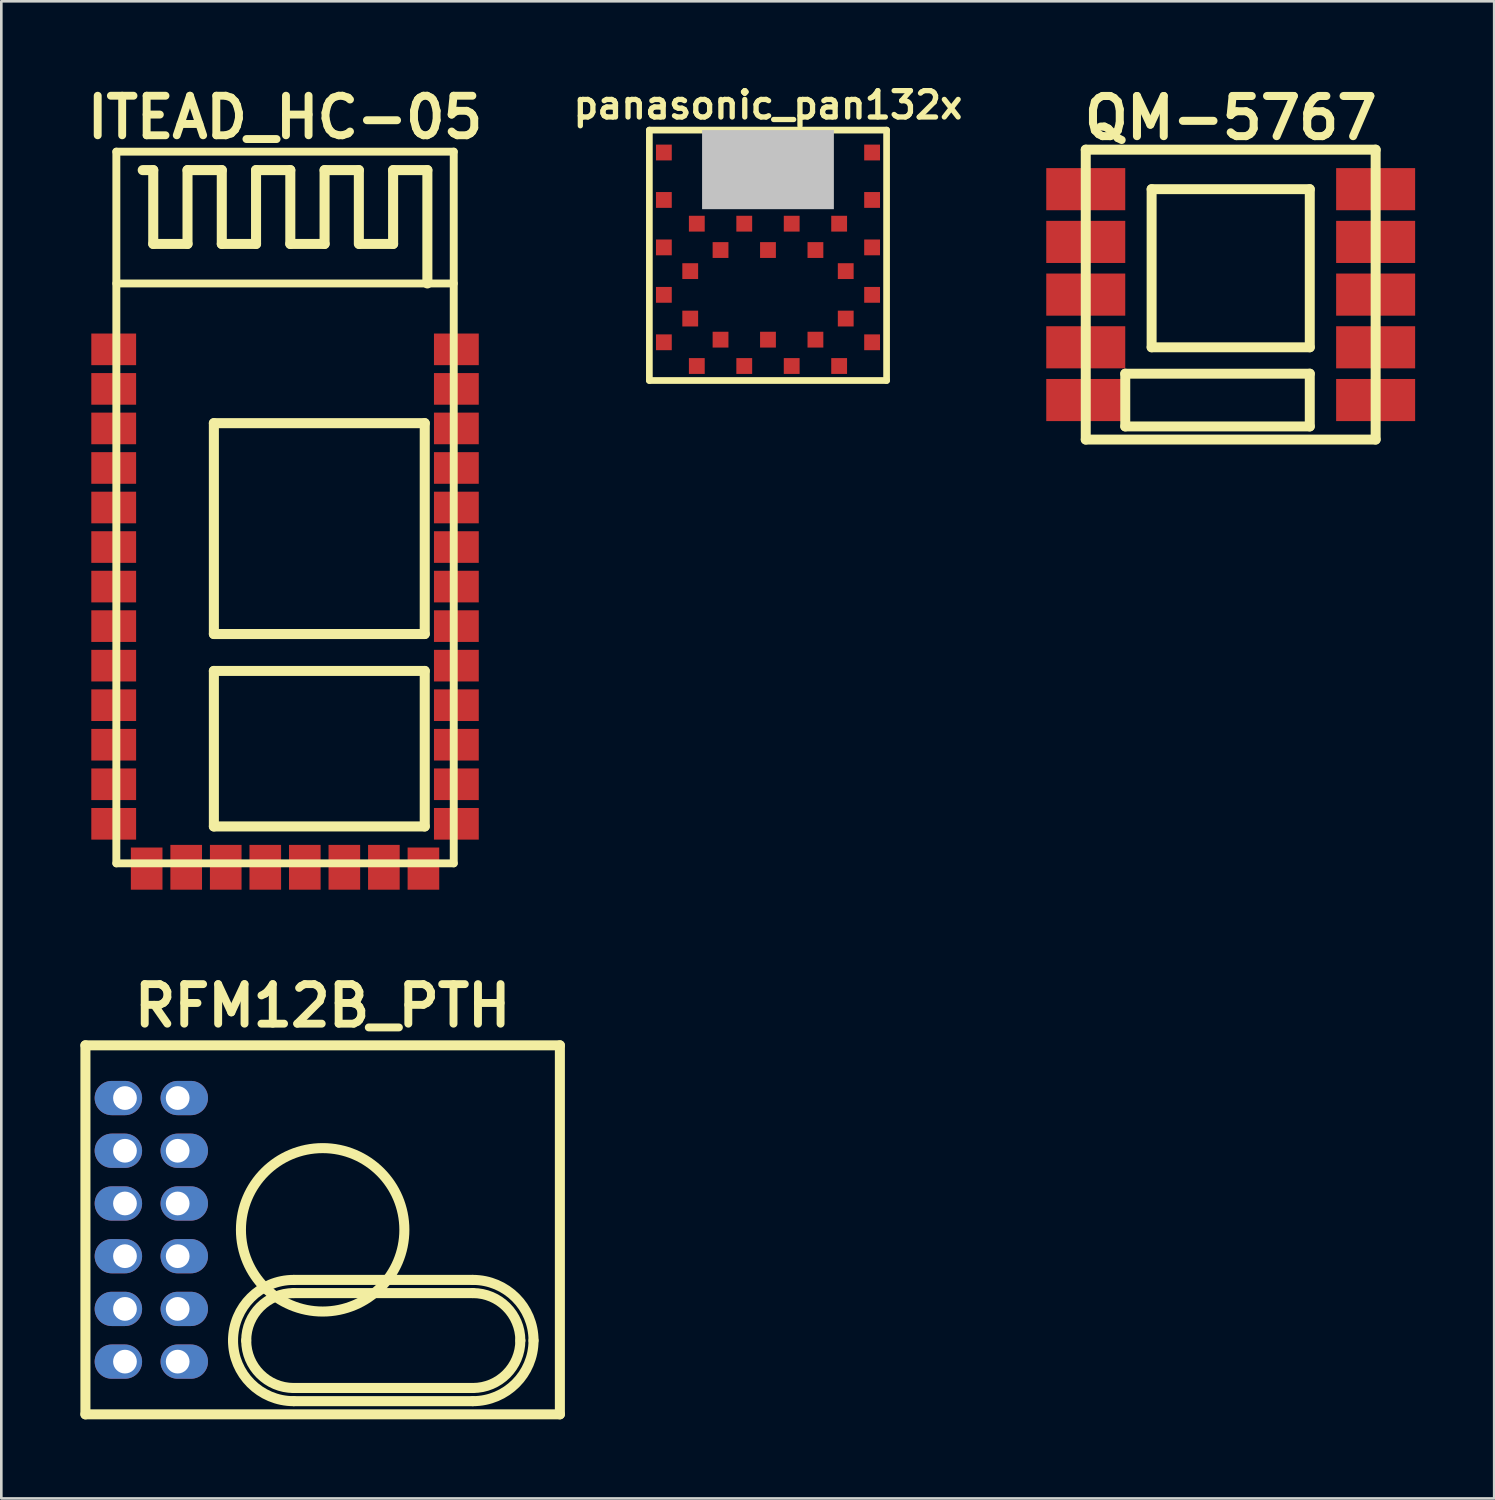
<source format=kicad_pcb>
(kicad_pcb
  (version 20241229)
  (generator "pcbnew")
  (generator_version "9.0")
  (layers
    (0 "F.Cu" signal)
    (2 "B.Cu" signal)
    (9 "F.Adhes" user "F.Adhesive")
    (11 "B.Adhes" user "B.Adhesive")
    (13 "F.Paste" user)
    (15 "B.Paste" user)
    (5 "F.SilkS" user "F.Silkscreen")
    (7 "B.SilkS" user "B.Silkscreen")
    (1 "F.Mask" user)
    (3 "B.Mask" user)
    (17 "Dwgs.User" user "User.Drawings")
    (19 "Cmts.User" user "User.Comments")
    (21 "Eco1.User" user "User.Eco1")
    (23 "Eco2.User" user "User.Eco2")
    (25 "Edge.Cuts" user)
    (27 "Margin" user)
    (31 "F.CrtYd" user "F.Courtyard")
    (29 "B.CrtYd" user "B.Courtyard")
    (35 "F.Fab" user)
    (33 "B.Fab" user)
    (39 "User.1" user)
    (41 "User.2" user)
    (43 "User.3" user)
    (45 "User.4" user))
  (footprint "ITEAD_HC-05"
    (layer "F.Cu")
    (at 7.764 16.204)
    (property "Reference" "ITEAD_HC-05" (at 0 -14.8 0) (layer "F.SilkS") (effects (font (size 1.5 1.5) (thickness 0.3))))
    (attr smd)
    (fp_line (start -6.4 -13.5) (end 6.4 -13.5) (stroke (width 0.3) (type solid)) (layer "F.SilkS"))
    (fp_line (start -6.4 13.5) (end -6.4 -13.5) (stroke (width 0.3) (type solid)) (layer "F.SilkS"))
    (fp_line (start -5 -12.8) (end -5.4 -12.8) (stroke (width 0.381) (type solid)) (layer "F.SilkS"))
    (fp_line (start -5 -12.8) (end -5 -10) (stroke (width 0.381) (type solid)) (layer "F.SilkS"))
    (fp_line (start -3.7 -12.8) (end -3.7 -10) (stroke (width 0.381) (type solid)) (layer "F.SilkS"))
    (fp_line (start -3.7 -10) (end -5 -10) (stroke (width 0.381) (type solid)) (layer "F.SilkS"))
    (fp_line (start -2.7 -3.2) (end 5.3 -3.2) (stroke (width 0.381) (type solid)) (layer "F.SilkS"))
    (fp_line (start -2.7 4.8) (end -2.7 -3.2) (stroke (width 0.381) (type solid)) (layer "F.SilkS"))
    (fp_line (start -2.7 6.2) (end 5.3 6.2) (stroke (width 0.381) (type solid)) (layer "F.SilkS"))
    (fp_line (start -2.7 12.1) (end -2.7 6.2) (stroke (width 0.381) (type solid)) (layer "F.SilkS"))
    (fp_line (start -2.4 -12.8) (end -3.7 -12.8) (stroke (width 0.381) (type solid)) (layer "F.SilkS"))
    (fp_line (start -2.4 -12.8) (end -2.4 -10) (stroke (width 0.381) (type solid)) (layer "F.SilkS"))
    (fp_line (start -1.1 -12.8) (end -1.1 -10) (stroke (width 0.381) (type solid)) (layer "F.SilkS"))
    (fp_line (start -1.1 -10) (end -2.4 -10) (stroke (width 0.381) (type solid)) (layer "F.SilkS"))
    (fp_line (start 0.2 -12.8) (end -1.1 -12.8) (stroke (width 0.381) (type solid)) (layer "F.SilkS"))
    (fp_line (start 0.2 -12.8) (end 0.2 -10) (stroke (width 0.381) (type solid)) (layer "F.SilkS"))
    (fp_line (start 1.5 -12.8) (end 1.5 -10) (stroke (width 0.381) (type solid)) (layer "F.SilkS"))
    (fp_line (start 1.5 -10) (end 0.2 -10) (stroke (width 0.381) (type solid)) (layer "F.SilkS"))
    (fp_line (start 2.8 -12.8) (end 1.5 -12.8) (stroke (width 0.381) (type solid)) (layer "F.SilkS"))
    (fp_line (start 2.8 -12.8) (end 2.8 -10) (stroke (width 0.381) (type solid)) (layer "F.SilkS"))
    (fp_line (start 4.1 -12.8) (end 4.1 -10) (stroke (width 0.381) (type solid)) (layer "F.SilkS"))
    (fp_line (start 4.1 -10) (end 2.82 -10) (stroke (width 0.381) (type solid)) (layer "F.SilkS"))
    (fp_line (start 5.3 -3.2) (end 5.3 4.8) (stroke (width 0.381) (type solid)) (layer "F.SilkS"))
    (fp_line (start 5.3 4.8) (end -2.7 4.8) (stroke (width 0.381) (type solid)) (layer "F.SilkS"))
    (fp_line (start 5.3 6.2) (end 5.3 12.1) (stroke (width 0.381) (type solid)) (layer "F.SilkS"))
    (fp_line (start 5.3 12.1) (end -2.7 12.1) (stroke (width 0.381) (type solid)) (layer "F.SilkS"))
    (fp_line (start 5.4 -12.8) (end 4.1 -12.8) (stroke (width 0.381) (type solid)) (layer "F.SilkS"))
    (fp_line (start 5.4 -12.8) (end 5.4 -8.5) (stroke (width 0.381) (type solid)) (layer "F.SilkS"))
    (fp_line (start 6.4 -13.5) (end 6.4 13.5) (stroke (width 0.3) (type solid)) (layer "F.SilkS"))
    (fp_line (start 6.4 -8.5) (end -6.4 -8.5) (stroke (width 0.3) (type solid)) (layer "F.SilkS"))
    (fp_line (start 6.4 13.5) (end -6.4 13.5) (stroke (width 0.3) (type solid)) (layer "F.SilkS"))
    (pad "1" smd rect (at -6.5 -6) (size 1.7 1.2) (layers "F.Cu" "F.Mask" "F.Paste"))
    (pad "2" smd rect (at -6.5 -4.5) (size 1.7 1.2) (layers "F.Cu" "F.Mask" "F.Paste"))
    (pad "3" smd rect (at -6.5 -3) (size 1.7 1.2) (layers "F.Cu" "F.Mask" "F.Paste"))
    (pad "4" smd rect (at -6.5 -1.5) (size 1.7 1.2) (layers "F.Cu" "F.Mask" "F.Paste"))
    (pad "5" smd rect (at -6.5 0) (size 1.7 1.2) (layers "F.Cu" "F.Mask" "F.Paste"))
    (pad "6" smd rect (at -6.5 1.5) (size 1.7 1.2) (layers "F.Cu" "F.Mask" "F.Paste"))
    (pad "7" smd rect (at -6.5 3) (size 1.7 1.2) (layers "F.Cu" "F.Mask" "F.Paste"))
    (pad "8" smd rect (at -6.5 4.5) (size 1.7 1.2) (layers "F.Cu" "F.Mask" "F.Paste"))
    (pad "9" smd rect (at -6.5 6) (size 1.7 1.2) (layers "F.Cu" "F.Mask" "F.Paste"))
    (pad "10" smd rect (at -6.5 7.5) (size 1.7 1.2) (layers "F.Cu" "F.Mask" "F.Paste"))
    (pad "11" smd rect (at -6.5 9) (size 1.7 1.2) (layers "F.Cu" "F.Mask" "F.Paste"))
    (pad "12" smd rect (at -6.5 10.5) (size 1.7 1.2) (layers "F.Cu" "F.Mask" "F.Paste"))
    (pad "13" smd rect (at -6.5 12) (size 1.7 1.2) (layers "F.Cu" "F.Mask" "F.Paste"))
    (pad "14" smd rect (at -5.25 13.7) (size 1.2 1.6) (layers "F.Cu" "F.Mask" "F.Paste"))
    (pad "15" smd rect (at -3.75 13.65) (size 1.2 1.7) (layers "F.Cu" "F.Mask" "F.Paste"))
    (pad "16" smd rect (at -2.25 13.65) (size 1.2 1.7) (layers "F.Cu" "F.Mask" "F.Paste"))
    (pad "17" smd rect (at -0.75 13.65) (size 1.2 1.7) (layers "F.Cu" "F.Mask" "F.Paste"))
    (pad "18" smd rect (at 0.75 13.65) (size 1.2 1.7) (layers "F.Cu" "F.Mask" "F.Paste"))
    (pad "19" smd rect (at 2.25 13.65) (size 1.2 1.7) (layers "F.Cu" "F.Mask" "F.Paste"))
    (pad "20" smd rect (at 3.75 13.65) (size 1.2 1.7) (layers "F.Cu" "F.Mask" "F.Paste"))
    (pad "21" smd rect (at 5.25 13.7) (size 1.2 1.6) (layers "F.Cu" "F.Mask" "F.Paste"))
    (pad "22" smd rect (at 6.5 12) (size 1.7 1.2) (layers "F.Cu" "F.Mask" "F.Paste"))
    (pad "23" smd rect (at 6.5 10.5) (size 1.7 1.2) (layers "F.Cu" "F.Mask" "F.Paste"))
    (pad "24" smd rect (at 6.5 9) (size 1.7 1.2) (layers "F.Cu" "F.Mask" "F.Paste"))
    (pad "25" smd rect (at 6.5 7.5) (size 1.7 1.2) (layers "F.Cu" "F.Mask" "F.Paste"))
    (pad "26" smd rect (at 6.5 6) (size 1.7 1.2) (layers "F.Cu" "F.Mask" "F.Paste"))
    (pad "27" smd rect (at 6.5 4.5) (size 1.7 1.2) (layers "F.Cu" "F.Mask" "F.Paste"))
    (pad "28" smd rect (at 6.5 3) (size 1.7 1.2) (layers "F.Cu" "F.Mask" "F.Paste"))
    (pad "29" smd rect (at 6.5 1.5) (size 1.7 1.2) (layers "F.Cu" "F.Mask" "F.Paste"))
    (pad "30" smd rect (at 6.5 0) (size 1.7 1.2) (layers "F.Cu" "F.Mask" "F.Paste"))
    (pad "31" smd rect (at 6.5 -1.5) (size 1.7 1.2) (layers "F.Cu" "F.Mask" "F.Paste"))
    (pad "32" smd rect (at 6.5 -3) (size 1.7 1.2) (layers "F.Cu" "F.Mask" "F.Paste"))
    (pad "33" smd rect (at 6.5 -4.5) (size 1.7 1.2) (layers "F.Cu" "F.Mask" "F.Paste"))
    (pad "34" smd rect (at 6.5 -6) (size 1.7 1.2) (layers "F.Cu" "F.Mask" "F.Paste")))
  (footprint "QM-5767"
    (layer "F.Cu")
    (at 43.641 8.127)
    (property "Reference" "QM-5767" (at 0 -6.701 0) (layer "F.SilkS") (effects (font (size 1.524 1.524) (thickness 0.305))))
    (attr smd)
    (fp_line (start -5.499 -5.499) (end 5.499 -5.499) (stroke (width 0.378) (type solid)) (layer "F.SilkS"))
    (fp_line (start -5.499 5.499) (end -5.499 -5.499) (stroke (width 0.378) (type solid)) (layer "F.SilkS"))
    (fp_line (start -4 3) (end -4 5.001) (stroke (width 0.378) (type solid)) (layer "F.SilkS"))
    (fp_line (start -4 5.001) (end 3 5.001) (stroke (width 0.378) (type solid)) (layer "F.SilkS"))
    (fp_line (start -3 -4) (end 3 -4) (stroke (width 0.378) (type solid)) (layer "F.SilkS"))
    (fp_line (start -3 1.999) (end -3 -4) (stroke (width 0.378) (type solid)) (layer "F.SilkS"))
    (fp_line (start 3 -4) (end 3 1.999) (stroke (width 0.378) (type solid)) (layer "F.SilkS"))
    (fp_line (start 3 1.999) (end -3 1.999) (stroke (width 0.378) (type solid)) (layer "F.SilkS"))
    (fp_line (start 3 3) (end -4 3) (stroke (width 0.378) (type solid)) (layer "F.SilkS"))
    (fp_line (start 3 5.001) (end 3 3) (stroke (width 0.378) (type solid)) (layer "F.SilkS"))
    (fp_line (start 5.499 -5.499) (end 5.499 5.499) (stroke (width 0.378) (type solid)) (layer "F.SilkS"))
    (fp_line (start 5.499 5.499) (end -5.499 5.499) (stroke (width 0.378) (type solid)) (layer "F.SilkS"))
    (pad "1" smd rect (at -5.499 -4) (size 2.997 1.598) (layers "F.Cu" "F.Mask" "F.Paste"))
    (pad "2" smd rect (at -5.499 -1.999) (size 2.997 1.598) (layers "F.Cu" "F.Mask" "F.Paste"))
    (pad "3" smd rect (at -5.499 0) (size 2.997 1.598) (layers "F.Cu" "F.Mask" "F.Paste"))
    (pad "4" smd rect (at -5.499 1.999) (size 2.997 1.598) (layers "F.Cu" "F.Mask" "F.Paste"))
    (pad "5" smd rect (at -5.499 4) (size 2.997 1.598) (layers "F.Cu" "F.Mask" "F.Paste"))
    (pad "6" smd rect (at 5.499 4) (size 2.997 1.598) (layers "F.Cu" "F.Mask" "F.Paste"))
    (pad "7" smd rect (at 5.499 1.999) (size 2.997 1.598) (layers "F.Cu" "F.Mask" "F.Paste"))
    (pad "8" smd rect (at 5.499 0) (size 2.997 1.598) (layers "F.Cu" "F.Mask" "F.Paste"))
    (pad "9" smd rect (at 5.499 -1.999) (size 2.997 1.598) (layers "F.Cu" "F.Mask" "F.Paste"))
    (pad "10" smd rect (at 5.499 -4) (size 2.997 1.598) (layers "F.Cu" "F.Mask" "F.Paste")))
  (footprint "panasonic_pan132x"
    (layer "F.Cu")
    (at 26.086 8.136)
    (property "Reference" "panasonic_pan132x" (at 0 -7.2 0) (layer "F.SilkS") (effects (font (size 1 1) (thickness 0.2))))
    (attr smd)
    (fp_line (start -4.5 -6.25) (end -4.5 3.25) (stroke (width 0.254) (type solid)) (layer "F.SilkS"))
    (fp_line (start -4.5 -6.25) (end 4.5 -6.25) (stroke (width 0.254) (type solid)) (layer "F.SilkS"))
    (fp_line (start -4.5 3.25) (end 4.5 3.25) (stroke (width 0.254) (type solid)) (layer "F.SilkS"))
    (fp_line (start 4.5 -6.25) (end 4.5 3.25) (stroke (width 0.254) (type solid)) (layer "F.SilkS"))
    (pad "" smd rect (at 0 -4.75) (size 5 3) (layers "Dwgs.User"))
    (pad "1" smd rect (at -2.7 2.7) (size 0.6 0.6) (layers "F.Cu" "F.Mask" "F.Paste"))
    (pad "2" smd rect (at -1.8 1.7) (size 0.6 0.6) (layers "F.Cu" "F.Mask" "F.Paste"))
    (pad "3" smd rect (at -0.9 2.7) (size 0.6 0.6) (layers "F.Cu" "F.Mask" "F.Paste"))
    (pad "4" smd rect (at 0 1.7) (size 0.6 0.6) (layers "F.Cu" "F.Mask" "F.Paste"))
    (pad "5" smd rect (at 0.9 2.7) (size 0.6 0.6) (layers "F.Cu" "F.Mask" "F.Paste"))
    (pad "6" smd rect (at 1.8 1.7) (size 0.6 0.6) (layers "F.Cu" "F.Mask" "F.Paste"))
    (pad "7" smd rect (at 2.7 2.7) (size 0.6 0.6) (layers "F.Cu" "F.Mask" "F.Paste"))
    (pad "8" smd rect (at 3.95 1.8) (size 0.6 0.6) (layers "F.Cu" "F.Mask" "F.Paste"))
    (pad "9" smd rect (at 2.95 0.9) (size 0.6 0.6) (layers "F.Cu" "F.Mask" "F.Paste"))
    (pad "10" smd rect (at 3.95 0) (size 0.6 0.6) (layers "F.Cu" "F.Mask" "F.Paste"))
    (pad "11" smd rect (at 2.95 -0.9) (size 0.6 0.6) (layers "F.Cu" "F.Mask" "F.Paste"))
    (pad "12" smd rect (at 3.95 -1.8) (size 0.6 0.6) (layers "F.Cu" "F.Mask" "F.Paste"))
    (pad "13" smd rect (at 2.7 -2.7) (size 0.6 0.6) (layers "F.Cu" "F.Mask" "F.Paste"))
    (pad "14" smd rect (at 1.8 -1.7) (size 0.6 0.6) (layers "F.Cu" "F.Mask" "F.Paste"))
    (pad "15" smd rect (at 0.9 -2.7) (size 0.6 0.6) (layers "F.Cu" "F.Mask" "F.Paste"))
    (pad "16" smd rect (at 0 -1.7) (size 0.6 0.6) (layers "F.Cu" "F.Mask" "F.Paste"))
    (pad "17" smd rect (at -0.9 -2.7) (size 0.6 0.6) (layers "F.Cu" "F.Mask" "F.Paste"))
    (pad "18" smd rect (at -1.8 -1.7) (size 0.6 0.6) (layers "F.Cu" "F.Mask" "F.Paste"))
    (pad "19" smd rect (at -2.7 -2.7) (size 0.6 0.6) (layers "F.Cu" "F.Mask" "F.Paste"))
    (pad "20" smd rect (at -3.95 -1.8) (size 0.6 0.6) (layers "F.Cu" "F.Mask" "F.Paste"))
    (pad "21" smd rect (at -2.95 -0.9) (size 0.6 0.6) (layers "F.Cu" "F.Mask" "F.Paste"))
    (pad "22" smd rect (at -3.95 0) (size 0.6 0.6) (layers "F.Cu" "F.Mask" "F.Paste"))
    (pad "23" smd rect (at -2.95 0.9) (size 0.6 0.6) (layers "F.Cu" "F.Mask" "F.Paste"))
    (pad "24" smd rect (at -3.95 1.8) (size 0.6 0.6) (layers "F.Cu" "F.Mask" "F.Paste"))
    (pad "A" smd rect (at -3.95 -3.6) (size 0.6 0.6) (layers "F.Cu" "F.Mask" "F.Paste"))
    (pad "B" smd rect (at 3.95 -3.6) (size 0.6 0.6) (layers "F.Cu" "F.Mask" "F.Paste"))
    (pad "C" smd rect (at -3.95 -5.4) (size 0.6 0.6) (layers "F.Cu" "F.Mask" "F.Paste"))
    (pad "D" smd rect (at 3.95 -5.4) (size 0.6 0.6) (layers "F.Cu" "F.Mask" "F.Paste")))
  (footprint "RFM12B_PTH"
    (layer "F.Cu")
    (at 9.191 43.608)
    (property "Reference" "RFM12B_PTH" (at 0 -8.5 0) (layer "F.SilkS") (effects (font (size 1.5 1.5) (thickness 0.3))))
    (attr through_hole)
    (fp_line (start -9 -7) (end 9 -7) (stroke (width 0.381) (type solid)) (layer "F.SilkS"))
    (fp_line (start -9 7) (end -9 -7) (stroke (width 0.381) (type solid)) (layer "F.SilkS"))
    (fp_line (start -1.1 1.9) (end 5.7 1.9) (stroke (width 0.381) (type solid)) (layer "F.SilkS"))
    (fp_line (start -1.1 2.4) (end 5.7 2.4) (stroke (width 0.381) (type solid)) (layer "F.SilkS"))
    (fp_line (start -1.1 6.5) (end 5.7 6.5) (stroke (width 0.381) (type solid)) (layer "F.SilkS"))
    (fp_line (start 5.7 6) (end -1.1 6) (stroke (width 0.381) (type solid)) (layer "F.SilkS"))
    (fp_line (start 9 -7) (end 9 7) (stroke (width 0.381) (type solid)) (layer "F.SilkS"))
    (fp_line (start 9 7) (end -9 7) (stroke (width 0.381) (type solid)) (layer "F.SilkS"))
    (fp_arc (start -3.4 4.2) (mid -2.726346 2.573654) (end -1.1 1.9) (stroke (width 0.381) (type solid)) (layer "F.SilkS"))
    (fp_arc (start -2.9 4.2) (mid -2.372792 2.927208) (end -1.1 2.4) (stroke (width 0.381) (type solid)) (layer "F.SilkS"))
    (fp_arc (start -1.1 6) (mid -2.372792 5.472792) (end -2.9 4.2) (stroke (width 0.381) (type solid)) (layer "F.SilkS"))
    (fp_arc (start -1.1 6.5) (mid -2.726346 5.826346) (end -3.4 4.2) (stroke (width 0.381) (type solid)) (layer "F.SilkS"))
    (fp_arc (start 5.7 1.9) (mid 7.326346 2.573654) (end 8 4.2) (stroke (width 0.381) (type solid)) (layer "F.SilkS"))
    (fp_arc (start 5.7 2.4) (mid 6.972792 2.927208) (end 7.5 4.2) (stroke (width 0.381) (type solid)) (layer "F.SilkS"))
    (fp_arc (start 7.5 4.2) (mid 6.972792 5.472792) (end 5.7 6) (stroke (width 0.381) (type solid)) (layer "F.SilkS"))
    (fp_arc (start 8 4.2) (mid 7.326346 5.826346) (end 5.7 6.5) (stroke (width 0.381) (type solid)) (layer "F.SilkS"))
    (fp_circle (center 0 0) (end 0 3.1) (stroke (width 0.381) (type solid)) (fill no) (layer "F.SilkS"))
    (pad "1" thru_hole oval (at -5.5 -1) (size 1.8 1.3) (drill 0.9 (offset 0.25 0)) (layers "*.Cu" "*.Mask"))
    (pad "2" thru_hole oval (at -7.5 1) (size 1.8 1.3) (drill 0.9 (offset -0.25 0)) (layers "*.Cu" "*.Mask"))
    (pad "3" thru_hole oval (at -5.5 1) (size 1.8 1.3) (drill 0.9 (offset 0.25 0)) (layers "*.Cu" "*.Mask"))
    (pad "4" thru_hole oval (at -7.5 3) (size 1.8 1.3) (drill 0.9 (offset -0.25 0)) (layers "*.Cu" "*.Mask"))
    (pad "5" thru_hole oval (at -5.5 3) (size 1.8 1.3) (drill 0.9 (offset 0.25 0)) (layers "*.Cu" "*.Mask"))
    (pad "6" thru_hole oval (at -7.5 5) (size 1.8 1.3) (drill 0.9 (offset -0.25 0)) (layers "*.Cu" "*.Mask"))
    (pad "7" thru_hole oval (at -5.5 5) (size 1.8 1.3) (drill 0.9 (offset 0.25 0)) (layers "*.Cu" "*.Mask"))
    (pad "9" thru_hole oval (at -5.5 -5) (size 1.8 1.3) (drill 0.9 (offset 0.25 0)) (layers "*.Cu" "*.Mask"))
    (pad "11" thru_hole oval (at -7.5 -5) (size 1.8 1.3) (drill 0.9 (offset -0.25 0)) (layers "*.Cu" "*.Mask"))
    (pad "12" thru_hole oval (at -7.5 -3) (size 1.8 1.3) (drill 0.9 (offset -0.25 0)) (layers "*.Cu" "*.Mask"))
    (pad "13" thru_hole oval (at -5.5 -3) (size 1.8 1.3) (drill 0.9 (offset 0.25 0)) (layers "*.Cu" "*.Mask"))
    (pad "14" thru_hole oval (at -7.5 -1) (size 1.8 1.3) (drill 0.9 (offset -0.25 0)) (layers "*.Cu" "*.Mask")))
  (gr_rect
    (start -3 -3)
    (end 53.638 53.798)
    (stroke (width 0.1) (type default))
    (fill no)
    (layer "Edge.Cuts")))
</source>
